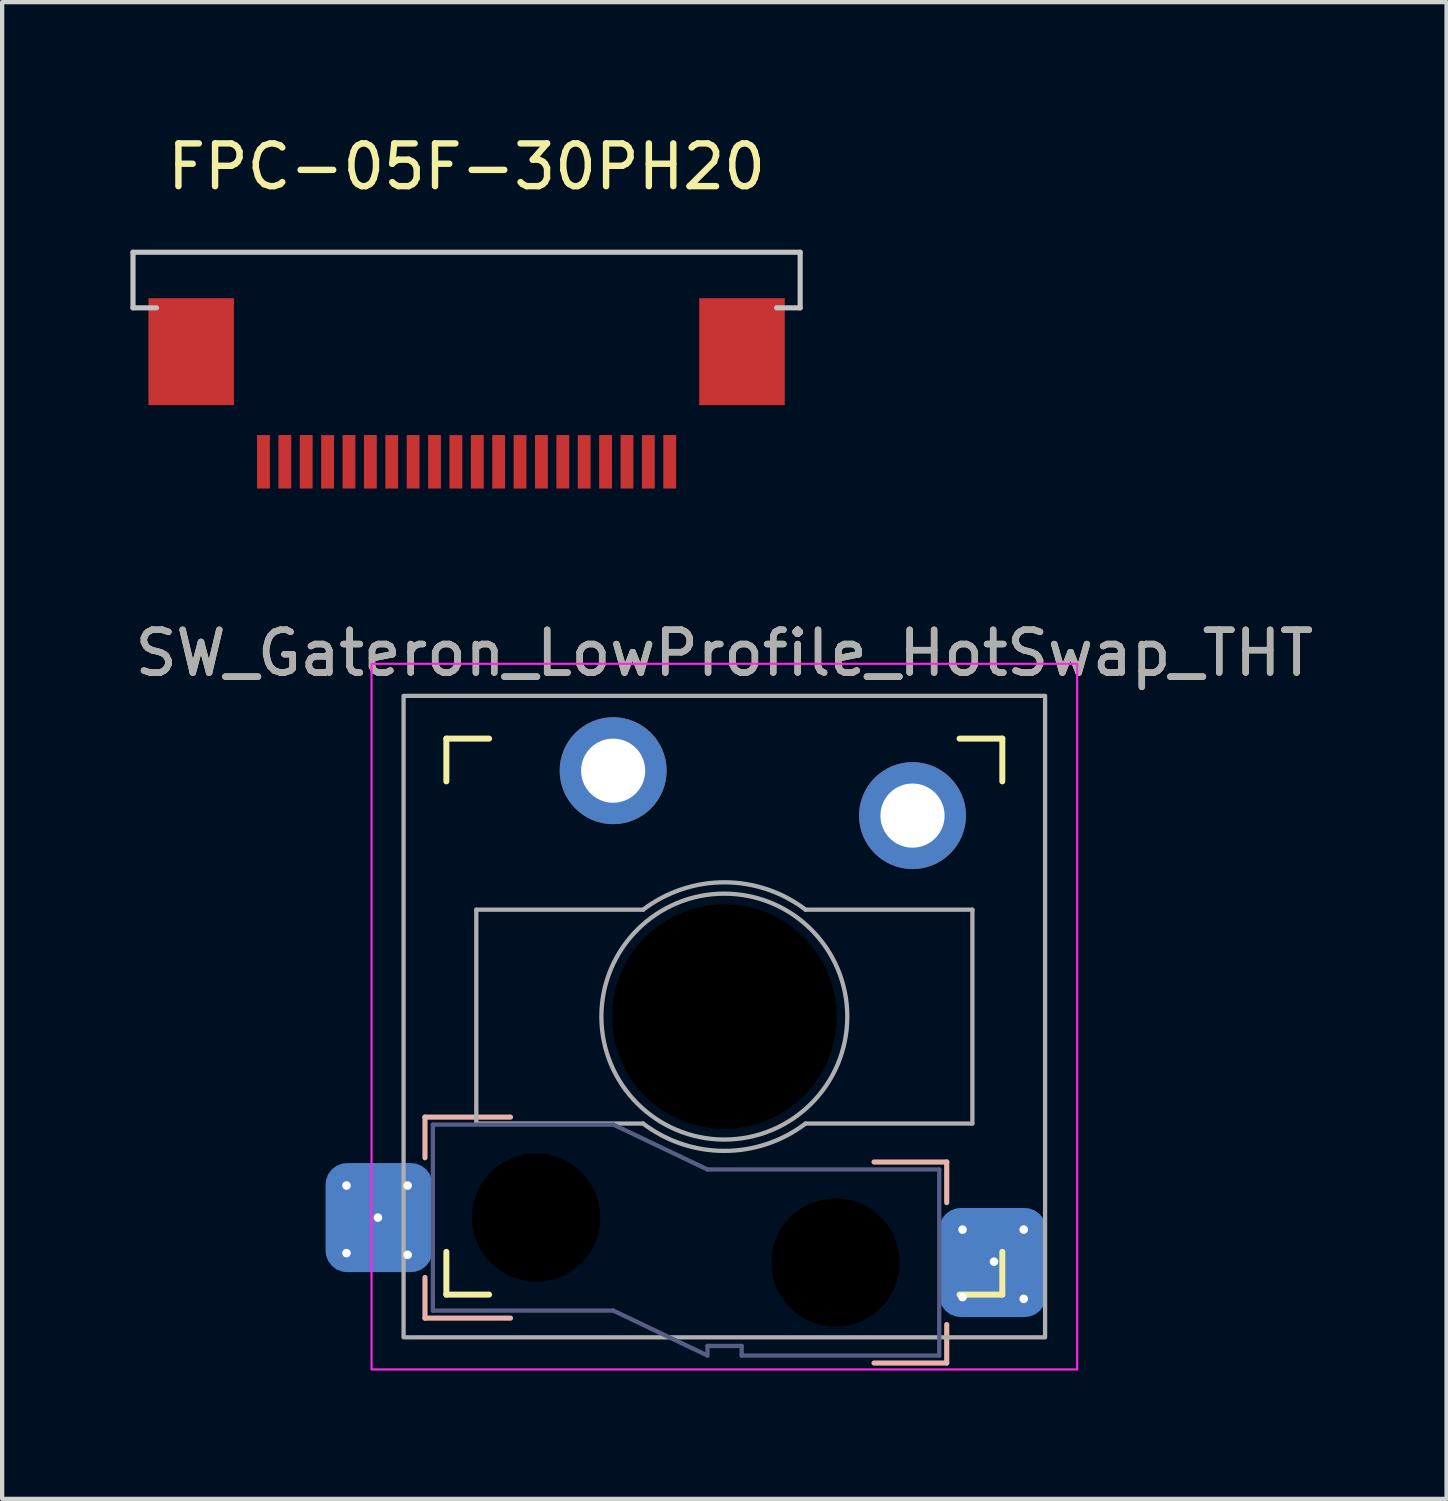
<source format=kicad_pcb>
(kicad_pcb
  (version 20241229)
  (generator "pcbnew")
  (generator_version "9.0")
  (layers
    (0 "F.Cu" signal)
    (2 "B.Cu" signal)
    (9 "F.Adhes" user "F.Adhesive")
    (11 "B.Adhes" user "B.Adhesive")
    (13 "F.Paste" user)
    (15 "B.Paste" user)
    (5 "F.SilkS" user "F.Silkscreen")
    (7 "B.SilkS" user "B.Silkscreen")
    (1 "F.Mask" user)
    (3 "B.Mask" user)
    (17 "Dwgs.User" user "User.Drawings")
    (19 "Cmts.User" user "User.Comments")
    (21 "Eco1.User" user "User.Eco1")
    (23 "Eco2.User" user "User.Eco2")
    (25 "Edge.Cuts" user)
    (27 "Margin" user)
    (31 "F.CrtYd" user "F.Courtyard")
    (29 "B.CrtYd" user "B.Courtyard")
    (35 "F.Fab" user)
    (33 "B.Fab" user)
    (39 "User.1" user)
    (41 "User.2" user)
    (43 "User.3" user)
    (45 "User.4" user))
  (footprint "SW_Gateron_LowProfile_HotSwap_THT"
    (layer "F.Cu")
    (at 13.887 20.721)
    (property "Reference" "SW_Gateron_LowProfile_HotSwap_THT" (at 0 -8.5 0) (unlocked yes) (layer "F.SilkS") (effects (font (size 1 1) (thickness 0.15))))
    (fp_line (start -6.5 -5.5) (end -6.5 -6.5) (stroke (width 0.14) (type solid)) (layer "F.SilkS"))
    (fp_line (start -6.5 6.5) (end -6.5 5.5) (stroke (width 0.14) (type solid)) (layer "F.SilkS"))
    (fp_line (start -6.5 6.5) (end -5.5 6.5) (stroke (width 0.14) (type solid)) (layer "F.SilkS"))
    (fp_line (start -5.5 -6.5) (end -6.5 -6.5) (stroke (width 0.14) (type solid)) (layer "F.SilkS"))
    (fp_line (start 5.5 6.5) (end 6.5 6.5) (stroke (width 0.14) (type solid)) (layer "F.SilkS"))
    (fp_line (start 6.5 -6.5) (end 5.5 -6.5) (stroke (width 0.14) (type solid)) (layer "F.SilkS"))
    (fp_line (start 6.5 -6.5) (end 6.5 -5.5) (stroke (width 0.14) (type solid)) (layer "F.SilkS"))
    (fp_line (start 6.5 5.5) (end 6.5 6.5) (stroke (width 0.14) (type solid)) (layer "F.SilkS"))
    (fp_line (start -7 2.35) (end -7 3.3) (stroke (width 0.12) (type solid)) (layer "B.SilkS"))
    (fp_line (start -7 2.35) (end -5 2.35) (stroke (width 0.12) (type solid)) (layer "B.SilkS"))
    (fp_line (start -7 7.05) (end -7 6.1) (stroke (width 0.12) (type solid)) (layer "B.SilkS"))
    (fp_line (start -7 7.05) (end -5 7.05) (stroke (width 0.12) (type solid)) (layer "B.SilkS"))
    (fp_line (start 5.2 3.4) (end 3.5 3.4) (stroke (width 0.12) (type solid)) (layer "B.SilkS"))
    (fp_line (start 5.2 3.4) (end 5.2 4.35) (stroke (width 0.12) (type solid)) (layer "B.SilkS"))
    (fp_line (start 5.2 8.1) (end 3.5 8.1) (stroke (width 0.12) (type solid)) (layer "B.SilkS"))
    (fp_line (start 5.2 8.1) (end 5.2 7.2) (stroke (width 0.12) (type solid)) (layer "B.SilkS"))
    (fp_rect (start 8.25 -8.25) (end -8.25 8.25) (stroke (width 0.05) (type solid)) (fill no) (layer "F.CrtYd"))
    (fp_line (start -6.815 2.525) (end -6.815 6.875) (stroke (width 0.1) (type solid)) (layer "B.Fab"))
    (fp_line (start -6.815 2.525) (end -2.595 2.525) (stroke (width 0.1) (type solid)) (layer "B.Fab"))
    (fp_line (start -6.815 6.875) (end -2.595 6.875) (stroke (width 0.1) (type solid)) (layer "B.Fab"))
    (fp_line (start -2.595 2.525) (end -0.395 3.575) (stroke (width 0.1) (type solid)) (layer "B.Fab"))
    (fp_line (start -2.595 6.875) (end -0.395 7.925) (stroke (width 0.1) (type solid)) (layer "B.Fab"))
    (fp_line (start -0.395 7.7) (end -0.395 7.925) (stroke (width 0.1) (type solid)) (layer "B.Fab"))
    (fp_line (start 0.405 7.7) (end -0.395 7.7) (stroke (width 0.1) (type solid)) (layer "B.Fab"))
    (fp_line (start 0.405 7.925) (end 0.405 7.7) (stroke (width 0.1) (type solid)) (layer "B.Fab"))
    (fp_line (start 5.025 3.575) (end -0.395 3.575) (stroke (width 0.1) (type solid)) (layer "B.Fab"))
    (fp_line (start 5.025 3.575) (end 5.025 7.925) (stroke (width 0.1) (type solid)) (layer "B.Fab"))
    (fp_line (start 5.025 7.925) (end 0.405 7.925) (stroke (width 0.1) (type solid)) (layer "B.Fab"))
    (fp_line (start -5.8 -2.5) (end -1.9 -2.5) (stroke (width 0.1) (type default)) (layer "F.Fab"))
    (fp_line (start -5.8 2.5) (end -5.8 -2.5) (stroke (width 0.1) (type default)) (layer "F.Fab"))
    (fp_line (start -1.9 2.5) (end -5.8 2.5) (stroke (width 0.1) (type default)) (layer "F.Fab"))
    (fp_line (start 1.9 -2.5) (end 5.8 -2.5) (stroke (width 0.1) (type default)) (layer "F.Fab"))
    (fp_line (start 5.8 -2.5) (end 5.8 2.5) (stroke (width 0.1) (type default)) (layer "F.Fab"))
    (fp_line (start 5.8 2.5) (end 1.9 2.5) (stroke (width 0.1) (type default)) (layer "F.Fab"))
    (fp_rect (start 7.5 -7.5) (end -7.5 7.5) (stroke (width 0.1) (type solid)) (fill no) (layer "F.Fab"))
    (fp_arc (start -1.9 -2.499999) (mid 0 -3.140063) (end 1.9 -2.499999) (stroke (width 0.1) (type default)) (layer "F.Fab"))
    (fp_arc (start 1.9 2.499999) (mid 0 3.140063) (end -1.9 2.499999) (stroke (width 0.1) (type default)) (layer "F.Fab"))
    (fp_circle (center 0 0) (end 2.875 0) (stroke (width 0.1) (type default)) (fill no) (layer "F.Fab"))
    (fp_poly (pts (xy -2.05 -0.64) (xy -0.6 -0.64) (xy -0.6 -2) (xy 0.5 -2) (xy 0.5 -0.64) (xy 1.95 -0.64) (xy 1.95 0.64) (xy 0.5 0.64) (xy 0.5 2) (xy -0.6 2) (xy -0.6 0.64) (xy -2.05 0.64)) (stroke (width 0.1) (type solid)) (fill no) (layer "F.Fab"))
    (fp_text user "${REFERENCE}" (at 0 -8.5 0) (unlocked yes) (layer "F.Fab") (effects (font (size 1 1) (thickness 0.15))))
    (pad "" np_thru_hole circle (at -4.4 4.7) (size 3 3) (drill 3) (layers "*.Mask"))
    (pad "" np_thru_hole circle (at 0 0) (size 5.25 5.25) (drill 5.25) (layers "*.Mask"))
    (pad "" np_thru_hole circle (at 2.6 5.75) (size 3 3) (drill 3) (layers "*.Mask"))
    (pad "1" thru_hole circle (at -8.835 3.95) (size 0.3 0.3) (drill 0.2) (layers "*.Cu" "*.Mask"))
    (pad "1" thru_hole circle (at -8.835 5.53) (size 0.3 0.3) (drill 0.2) (layers "*.Cu" "*.Mask"))
    (pad "1" thru_hole circle (at -8.1 4.7) (size 0.3 0.3) (drill 0.2) (layers "*.Cu" "*.Mask"))
    (pad "1" smd roundrect (at -8.075 4.7) (size 2.5 2.55) (layers "B.Cu" "B.Mask" "B.Paste") (roundrect_rratio 0.2))
    (pad "1" thru_hole circle (at -7.405 3.95) (size 0.3 0.3) (drill 0.2) (layers "*.Cu" "*.Mask"))
    (pad "1" thru_hole circle (at -7.405 5.57) (size 0.3 0.3) (drill 0.2) (layers "*.Cu" "*.Mask"))
    (pad "1" thru_hole circle (at -2.6 -5.75) (size 2.5 2.5) (drill 1.5) (layers "*.Cu" "B.Mask"))
    (pad "2" thru_hole circle (at 4.4 -4.7) (size 2.5 2.5) (drill 1.5) (layers "*.Cu" "B.Mask"))
    (pad "2" thru_hole circle (at 5.57 4.98) (size 0.3 0.3) (drill 0.2) (layers "*.Cu" "*.Mask"))
    (pad "2" thru_hole circle (at 5.57 6.56) (size 0.3 0.3) (drill 0.2) (layers "*.Cu" "*.Mask"))
    (pad "2" smd roundrect (at 6.275 5.75) (size 2.5 2.55) (layers "B.Cu" "B.Mask" "B.Paste") (roundrect_rratio 0.2))
    (pad "2" thru_hole circle (at 6.305 5.73) (size 0.3 0.3) (drill 0.2) (layers "*.Cu" "*.Mask"))
    (pad "2" thru_hole circle (at 7 4.98) (size 0.3 0.3) (drill 0.2) (layers "*.Cu" "*.Mask"))
    (pad "2" thru_hole circle (at 7 6.6) (size 0.3 0.3) (drill 0.2) (layers "*.Cu" "*.Mask")))
  (footprint "FPC-05F-30PH20"
    (layer "F.Cu")
    (at 7.86 2.848)
    (property "Reference" "FPC-05F-30PH20" (at 0 -2 0) (unlocked yes) (layer "F.SilkS") (effects (font (size 1 1) (thickness 0.15))))
    (attr smd)
    (fp_line (start -7.8 0) (end -7.8 1.3) (stroke (width 0.12) (type solid)) (layer "Dwgs.User"))
    (fp_line (start -7.8 1.3) (end -7.25 1.3) (stroke (width 0.12) (type solid)) (layer "Dwgs.User"))
    (fp_line (start 7.8 0) (end -7.8 0) (stroke (width 0.12) (type solid)) (layer "Dwgs.User"))
    (fp_line (start 7.8 0) (end 7.8 1.3) (stroke (width 0.12) (type solid)) (layer "Dwgs.User"))
    (fp_line (start 7.8 1.3) (end 7.25 1.3) (stroke (width 0.12) (type solid)) (layer "Dwgs.User"))
    (pad "" smd rect (at -6.44 2.325 180) (size 2 2.5) (layers "F.Cu" "F.Mask" "F.Paste"))
    (pad "" smd rect (at 6.44 2.325 180) (size 2 2.5) (layers "F.Cu" "F.Mask" "F.Paste"))
    (pad "1" smd rect (at 4.75 4.9 180) (size 0.3 1.25) (layers "F.Cu" "F.Mask" "F.Paste"))
    (pad "2" smd rect (at 4.25 4.9 180) (size 0.3 1.25) (layers "F.Cu" "F.Mask" "F.Paste"))
    (pad "3" smd rect (at 3.75 4.9 180) (size 0.3 1.25) (layers "F.Cu" "F.Mask" "F.Paste"))
    (pad "4" smd rect (at 3.25 4.9 180) (size 0.3 1.25) (layers "F.Cu" "F.Mask" "F.Paste"))
    (pad "5" smd rect (at 2.75 4.9 180) (size 0.3 1.25) (layers "F.Cu" "F.Mask" "F.Paste"))
    (pad "6" smd rect (at 2.25 4.9 180) (size 0.3 1.25) (layers "F.Cu" "F.Mask" "F.Paste"))
    (pad "7" smd rect (at 1.75 4.9 180) (size 0.3 1.25) (layers "F.Cu" "F.Mask" "F.Paste"))
    (pad "8" smd rect (at 1.25 4.9 180) (size 0.3 1.25) (layers "F.Cu" "F.Mask" "F.Paste"))
    (pad "9" smd rect (at 0.75 4.9 180) (size 0.3 1.25) (layers "F.Cu" "F.Mask" "F.Paste"))
    (pad "10" smd rect (at 0.25 4.9 180) (size 0.3 1.25) (layers "F.Cu" "F.Mask" "F.Paste"))
    (pad "11" smd rect (at -0.25 4.9 180) (size 0.3 1.25) (layers "F.Cu" "F.Mask" "F.Paste"))
    (pad "12" smd rect (at -0.75 4.9 180) (size 0.3 1.25) (layers "F.Cu" "F.Mask" "F.Paste"))
    (pad "13" smd rect (at -1.25 4.9 180) (size 0.3 1.25) (layers "F.Cu" "F.Mask" "F.Paste"))
    (pad "14" smd rect (at -1.75 4.9 180) (size 0.3 1.25) (layers "F.Cu" "F.Mask" "F.Paste"))
    (pad "15" smd rect (at -2.25 4.9 180) (size 0.3 1.25) (layers "F.Cu" "F.Mask" "F.Paste"))
    (pad "16" smd rect (at -2.75 4.9 180) (size 0.3 1.25) (layers "F.Cu" "F.Mask" "F.Paste"))
    (pad "17" smd rect (at -3.25 4.9 180) (size 0.3 1.25) (layers "F.Cu" "F.Mask" "F.Paste"))
    (pad "18" smd rect (at -3.75 4.9 180) (size 0.3 1.25) (layers "F.Cu" "F.Mask" "F.Paste"))
    (pad "19" smd rect (at -4.25 4.9 180) (size 0.3 1.25) (layers "F.Cu" "F.Mask" "F.Paste"))
    (pad "20" smd rect (at -4.75 4.9 180) (size 0.3 1.25) (layers "F.Cu" "F.Mask" "F.Paste")))
  (gr_rect
    (start -3 -3)
    (end 30.774 31.997)
    (stroke (width 0.1) (type default))
    (fill no)
    (layer "Edge.Cuts")))
</source>
